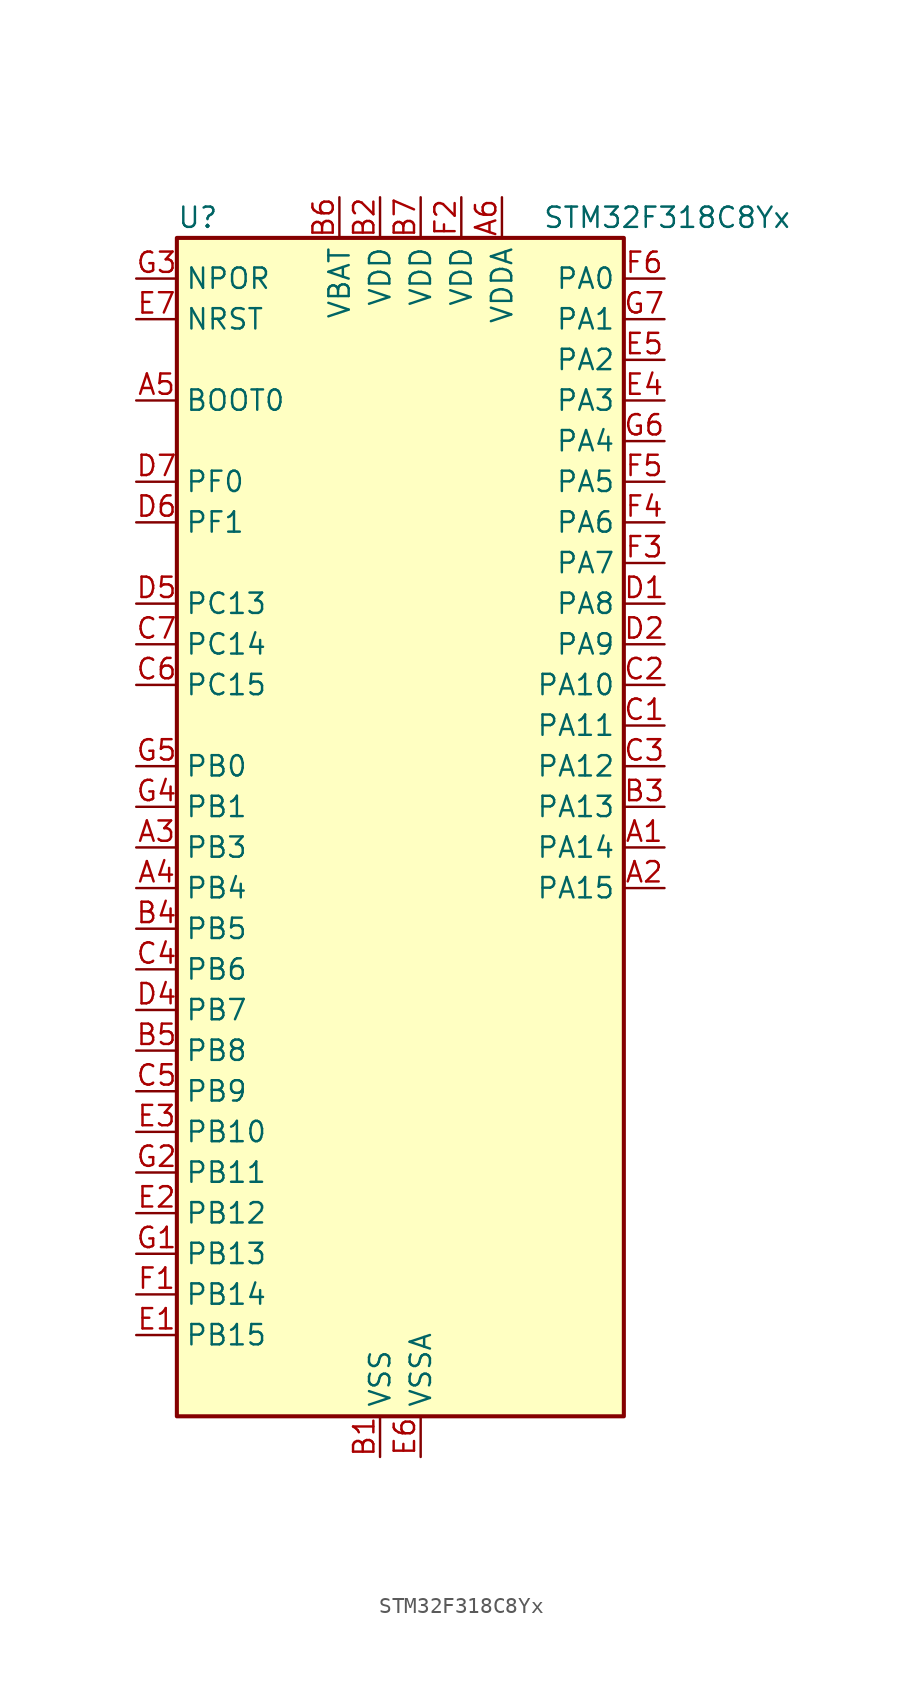
<source format=kicad_sym>
(kicad_symbol_lib
  (version 20231120)
  (generator "kicad_symbol_editor")
  (generator_version "8.0")
  (symbol "STM32F318C8Yx"
    (property "Reference" "U"
      (at -12.7 39.37 0)
      (effects (font (size 1.27 1.27)) (justify left)))
    (property "Value" "STM32F318C8Yx"
      (at 10.16 39.37 0)
      (effects (font (size 1.27 1.27)) (justify left)))
    (property "ki_locked" ""
      (at 0 0 0)
      (effects (font (size 1.27 1.27))))
    (symbol "STM32F318C8Yx_0_1"
      (rectangle (start -12.7 -35.56) (end 15.24 38.1) (stroke (width 0.254) (type default)) (fill (type background))))
    (symbol "STM32F318C8Yx_1_1"
      (pin bidirectional line (at 17.78 0 180) (length 2.54) (name "PA14" (effects (font (size 1.27 1.27)))) (number "A1" (effects (font (size 1.27 1.27)))) (alternate "I2C1_SDA" bidirectional line) (alternate "SYS_JTCK-SWCLK" bidirectional line) (alternate "TIM1_BKIN" bidirectional line) (alternate "TSC_G4_IO4" bidirectional line) (alternate "USART2_TX" bidirectional line))
      (pin bidirectional line (at 17.78 -2.54 180) (length 2.54) (name "PA15" (effects (font (size 1.27 1.27)))) (number "A2" (effects (font (size 1.27 1.27)))) (alternate "ADC1_EXTI15" bidirectional line) (alternate "I2C1_SCL" bidirectional line) (alternate "I2S3_WS" bidirectional line) (alternate "SPI3_NSS" bidirectional line) (alternate "SYS_JTDI" bidirectional line) (alternate "TIM1_BKIN" bidirectional line) (alternate "TIM2_CH1" bidirectional line) (alternate "TIM2_ETR" bidirectional line) (alternate "TSC_SYNC" bidirectional line) (alternate "USART2_RX" bidirectional line))
      (pin bidirectional line (at -15.24 0 0) (length 2.54) (name "PB3" (effects (font (size 1.27 1.27)))) (number "A3" (effects (font (size 1.27 1.27)))) (alternate "I2S3_CK" bidirectional line) (alternate "SPI3_SCK" bidirectional line) (alternate "SYS_JTDO-TRACESWO" bidirectional line) (alternate "TIM2_CH2" bidirectional line) (alternate "TSC_G5_IO1" bidirectional line) (alternate "USART2_TX" bidirectional line))
      (pin bidirectional line (at -15.24 -2.54 0) (length 2.54) (name "PB4" (effects (font (size 1.27 1.27)))) (number "A4" (effects (font (size 1.27 1.27)))) (alternate "I2S3_ext_SD" bidirectional line) (alternate "SPI3_MISO" bidirectional line) (alternate "SYS_NJTRST" bidirectional line) (alternate "TIM16_CH1" bidirectional line) (alternate "TIM17_BKIN" bidirectional line) (alternate "TSC_G5_IO2" bidirectional line) (alternate "USART2_RX" bidirectional line))
      (pin input line (at -15.24 27.94 0) (length 2.54) (name "BOOT0" (effects (font (size 1.27 1.27)))) (number "A5" (effects (font (size 1.27 1.27)))))
      (pin power_in line (at 7.62 40.64 270) (length 2.54) (name "VDDA" (effects (font (size 1.27 1.27)))) (number "A6" (effects (font (size 1.27 1.27)))))
      (pin no_connect line (at -12.7 -35.56 0) (length 2.54) hide (name "NC" (effects (font (size 1.27 1.27)))) (number "A7" (effects (font (size 1.27 1.27)))))
      (pin power_in line (at 0 -38.1 90) (length 2.54) (name "VSS" (effects (font (size 1.27 1.27)))) (number "B1" (effects (font (size 1.27 1.27)))))
      (pin power_in line (at 0 40.64 270) (length 2.54) (name "VDD" (effects (font (size 1.27 1.27)))) (number "B2" (effects (font (size 1.27 1.27)))))
      (pin bidirectional line (at 17.78 2.54 180) (length 2.54) (name "PA13" (effects (font (size 1.27 1.27)))) (number "B3" (effects (font (size 1.27 1.27)))) (alternate "IR_OUT" bidirectional line) (alternate "SYS_JTMS-SWDIO" bidirectional line) (alternate "TIM16_CH1N" bidirectional line) (alternate "TSC_G4_IO3" bidirectional line) (alternate "USART3_CTS" bidirectional line))
      (pin bidirectional line (at -15.24 -5.08 0) (length 2.54) (name "PB5" (effects (font (size 1.27 1.27)))) (number "B4" (effects (font (size 1.27 1.27)))) (alternate "I2C1_SMBA" bidirectional line) (alternate "I2C3_SDA" bidirectional line) (alternate "I2S3_SD" bidirectional line) (alternate "SPI3_MOSI" bidirectional line) (alternate "TIM16_BKIN" bidirectional line) (alternate "TIM17_CH1" bidirectional line) (alternate "USART2_CK" bidirectional line))
      (pin bidirectional line (at -15.24 -12.7 0) (length 2.54) (name "PB8" (effects (font (size 1.27 1.27)))) (number "B5" (effects (font (size 1.27 1.27)))) (alternate "I2C1_SCL" bidirectional line) (alternate "TIM16_CH1" bidirectional line) (alternate "TIM1_BKIN" bidirectional line) (alternate "TSC_SYNC" bidirectional line) (alternate "USART3_RX" bidirectional line))
      (pin power_in line (at -2.54 40.64 270) (length 2.54) (name "VBAT" (effects (font (size 1.27 1.27)))) (number "B6" (effects (font (size 1.27 1.27)))))
      (pin power_in line (at 2.54 40.64 270) (length 2.54) (name "VDD" (effects (font (size 1.27 1.27)))) (number "B7" (effects (font (size 1.27 1.27)))))
      (pin bidirectional line (at 17.78 7.62 180) (length 2.54) (name "PA11" (effects (font (size 1.27 1.27)))) (number "C1" (effects (font (size 1.27 1.27)))) (alternate "ADC1_EXTI11" bidirectional line) (alternate "I2S2_SD" bidirectional line) (alternate "SPI2_MOSI" bidirectional line) (alternate "TIM1_BKIN2" bidirectional line) (alternate "TIM1_CH1N" bidirectional line) (alternate "TIM1_CH4" bidirectional line) (alternate "USART1_CTS" bidirectional line))
      (pin bidirectional line (at 17.78 10.16 180) (length 2.54) (name "PA10" (effects (font (size 1.27 1.27)))) (number "C2" (effects (font (size 1.27 1.27)))) (alternate "COMP6_OUT" bidirectional line) (alternate "I2C2_SDA" bidirectional line) (alternate "I2S2_ext_SD" bidirectional line) (alternate "SPI2_MISO" bidirectional line) (alternate "TIM17_BKIN" bidirectional line) (alternate "TIM1_CH3" bidirectional line) (alternate "TIM2_CH4" bidirectional line) (alternate "TSC_G4_IO2" bidirectional line) (alternate "USART1_RX" bidirectional line))
      (pin bidirectional line (at 17.78 5.08 180) (length 2.54) (name "PA12" (effects (font (size 1.27 1.27)))) (number "C3" (effects (font (size 1.27 1.27)))) (alternate "COMP2_OUT" bidirectional line) (alternate "I2S_CKIN" bidirectional line) (alternate "TIM16_CH1" bidirectional line) (alternate "TIM1_CH2N" bidirectional line) (alternate "TIM1_ETR" bidirectional line) (alternate "USART1_DE" bidirectional line) (alternate "USART1_RTS" bidirectional line))
      (pin bidirectional line (at -15.24 -7.62 0) (length 2.54) (name "PB6" (effects (font (size 1.27 1.27)))) (number "C4" (effects (font (size 1.27 1.27)))) (alternate "I2C1_SCL" bidirectional line) (alternate "TIM16_CH1N" bidirectional line) (alternate "TSC_G5_IO3" bidirectional line) (alternate "USART1_TX" bidirectional line))
      (pin bidirectional line (at -15.24 -15.24 0) (length 2.54) (name "PB9" (effects (font (size 1.27 1.27)))) (number "C5" (effects (font (size 1.27 1.27)))) (alternate "COMP2_OUT" bidirectional line) (alternate "DAC_EXTI9" bidirectional line) (alternate "I2C1_SDA" bidirectional line) (alternate "IR_OUT" bidirectional line) (alternate "TIM17_CH1" bidirectional line) (alternate "USART3_TX" bidirectional line))
      (pin bidirectional line (at -15.24 10.16 0) (length 2.54) (name "PC15" (effects (font (size 1.27 1.27)))) (number "C6" (effects (font (size 1.27 1.27)))) (alternate "ADC1_EXTI15" bidirectional line) (alternate "RCC_OSC32_OUT" bidirectional line))
      (pin bidirectional line (at -15.24 12.7 0) (length 2.54) (name "PC14" (effects (font (size 1.27 1.27)))) (number "C7" (effects (font (size 1.27 1.27)))) (alternate "RCC_OSC32_IN" bidirectional line))
      (pin bidirectional line (at 17.78 15.24 180) (length 2.54) (name "PA8" (effects (font (size 1.27 1.27)))) (number "D1" (effects (font (size 1.27 1.27)))) (alternate "I2C2_SMBA" bidirectional line) (alternate "I2C3_SCL" bidirectional line) (alternate "I2S2_MCK" bidirectional line) (alternate "RCC_MCO" bidirectional line) (alternate "TIM1_CH1" bidirectional line) (alternate "USART1_CK" bidirectional line))
      (pin bidirectional line (at 17.78 12.7 180) (length 2.54) (name "PA9" (effects (font (size 1.27 1.27)))) (number "D2" (effects (font (size 1.27 1.27)))) (alternate "DAC_EXTI9" bidirectional line) (alternate "I2C2_SCL" bidirectional line) (alternate "I2C3_SMBA" bidirectional line) (alternate "I2S3_MCK" bidirectional line) (alternate "TIM15_BKIN" bidirectional line) (alternate "TIM1_CH2" bidirectional line) (alternate "TIM2_CH3" bidirectional line) (alternate "TSC_G4_IO1" bidirectional line) (alternate "USART1_TX" bidirectional line))
      (pin passive line (at 0 -38.1 90) (length 2.54) hide (name "VSS" (effects (font (size 1.27 1.27)))) (number "D3" (effects (font (size 1.27 1.27)))))
      (pin bidirectional line (at -15.24 -10.16 0) (length 2.54) (name "PB7" (effects (font (size 1.27 1.27)))) (number "D4" (effects (font (size 1.27 1.27)))) (alternate "I2C1_SDA" bidirectional line) (alternate "TIM17_CH1N" bidirectional line) (alternate "TSC_G5_IO4" bidirectional line) (alternate "USART1_RX" bidirectional line))
      (pin bidirectional line (at -15.24 15.24 0) (length 2.54) (name "PC13" (effects (font (size 1.27 1.27)))) (number "D5" (effects (font (size 1.27 1.27)))) (alternate "RTC_OUT_ALARM" bidirectional line) (alternate "RTC_OUT_CALIB" bidirectional line) (alternate "RTC_TAMP1" bidirectional line) (alternate "RTC_TS" bidirectional line) (alternate "SYS_WKUP2" bidirectional line) (alternate "TIM1_CH1N" bidirectional line))
      (pin bidirectional line (at -15.24 20.32 0) (length 2.54) (name "PF1" (effects (font (size 1.27 1.27)))) (number "D6" (effects (font (size 1.27 1.27)))) (alternate "I2C2_SCL" bidirectional line) (alternate "I2S2_CK" bidirectional line) (alternate "RCC_OSC_OUT" bidirectional line) (alternate "SPI2_SCK" bidirectional line))
      (pin bidirectional line (at -15.24 22.86 0) (length 2.54) (name "PF0" (effects (font (size 1.27 1.27)))) (number "D7" (effects (font (size 1.27 1.27)))) (alternate "I2C2_SDA" bidirectional line) (alternate "I2S2_WS" bidirectional line) (alternate "RCC_OSC_IN" bidirectional line) (alternate "SPI2_NSS" bidirectional line) (alternate "TIM1_CH3N" bidirectional line))
      (pin bidirectional line (at -15.24 -30.48 0) (length 2.54) (name "PB15" (effects (font (size 1.27 1.27)))) (number "E1" (effects (font (size 1.27 1.27)))) (alternate "ADC1_EXTI15" bidirectional line) (alternate "COMP6_INM" bidirectional line) (alternate "I2S2_SD" bidirectional line) (alternate "RTC_REFIN" bidirectional line) (alternate "SPI2_MOSI" bidirectional line) (alternate "TIM15_CH1N" bidirectional line) (alternate "TIM15_CH2" bidirectional line) (alternate "TIM1_CH3N" bidirectional line))
      (pin bidirectional line (at -15.24 -22.86 0) (length 2.54) (name "PB12" (effects (font (size 1.27 1.27)))) (number "E2" (effects (font (size 1.27 1.27)))) (alternate "I2C2_SMBA" bidirectional line) (alternate "I2S2_WS" bidirectional line) (alternate "SPI2_NSS" bidirectional line) (alternate "TIM1_BKIN" bidirectional line) (alternate "TSC_G6_IO2" bidirectional line) (alternate "USART3_CK" bidirectional line))
      (pin bidirectional line (at -15.24 -17.78 0) (length 2.54) (name "PB10" (effects (font (size 1.27 1.27)))) (number "E3" (effects (font (size 1.27 1.27)))) (alternate "TIM2_CH3" bidirectional line) (alternate "TSC_SYNC" bidirectional line) (alternate "USART3_TX" bidirectional line))
      (pin bidirectional line (at 17.78 27.94 180) (length 2.54) (name "PA3" (effects (font (size 1.27 1.27)))) (number "E4" (effects (font (size 1.27 1.27)))) (alternate "ADC1_IN4" bidirectional line) (alternate "TIM15_CH2" bidirectional line) (alternate "TIM2_CH4" bidirectional line) (alternate "TSC_G1_IO4" bidirectional line) (alternate "USART2_RX" bidirectional line))
      (pin bidirectional line (at 17.78 30.48 180) (length 2.54) (name "PA2" (effects (font (size 1.27 1.27)))) (number "E5" (effects (font (size 1.27 1.27)))) (alternate "ADC1_IN3" bidirectional line) (alternate "COMP2_INM" bidirectional line) (alternate "COMP2_OUT" bidirectional line) (alternate "TIM15_CH1" bidirectional line) (alternate "TIM2_CH3" bidirectional line) (alternate "TSC_G1_IO3" bidirectional line) (alternate "USART2_TX" bidirectional line))
      (pin power_in line (at 2.54 -38.1 90) (length 2.54) (name "VSSA" (effects (font (size 1.27 1.27)))) (number "E6" (effects (font (size 1.27 1.27)))))
      (pin input line (at -15.24 33.02 0) (length 2.54) (name "NRST" (effects (font (size 1.27 1.27)))) (number "E7" (effects (font (size 1.27 1.27)))))
      (pin bidirectional line (at -15.24 -27.94 0) (length 2.54) (name "PB14" (effects (font (size 1.27 1.27)))) (number "F1" (effects (font (size 1.27 1.27)))) (alternate "I2S2_ext_SD" bidirectional line) (alternate "OPAMP2_VINP" bidirectional line) (alternate "OPAMP2_VINP_SEC" bidirectional line) (alternate "SPI2_MISO" bidirectional line) (alternate "TIM15_CH1" bidirectional line) (alternate "TIM1_CH2N" bidirectional line) (alternate "TSC_G6_IO4" bidirectional line) (alternate "USART3_DE" bidirectional line) (alternate "USART3_RTS" bidirectional line))
      (pin power_in line (at 5.08 40.64 270) (length 2.54) (name "VDD" (effects (font (size 1.27 1.27)))) (number "F2" (effects (font (size 1.27 1.27)))))
      (pin bidirectional line (at 17.78 17.78 180) (length 2.54) (name "PA7" (effects (font (size 1.27 1.27)))) (number "F3" (effects (font (size 1.27 1.27)))) (alternate "ADC1_IN15" bidirectional line) (alternate "COMP2_INP" bidirectional line) (alternate "OPAMP2_VINP" bidirectional line) (alternate "OPAMP2_VINP_SEC" bidirectional line) (alternate "TIM17_CH1" bidirectional line) (alternate "TIM1_CH1N" bidirectional line) (alternate "TSC_G2_IO4" bidirectional line))
      (pin bidirectional line (at 17.78 20.32 180) (length 2.54) (name "PA6" (effects (font (size 1.27 1.27)))) (number "F4" (effects (font (size 1.27 1.27)))) (alternate "ADC1_IN10" bidirectional line) (alternate "OPAMP2_VOUT" bidirectional line) (alternate "TIM16_CH1" bidirectional line) (alternate "TIM1_BKIN" bidirectional line) (alternate "TSC_G2_IO3" bidirectional line))
      (pin bidirectional line (at 17.78 22.86 180) (length 2.54) (name "PA5" (effects (font (size 1.27 1.27)))) (number "F5" (effects (font (size 1.27 1.27)))) (alternate "OPAMP2_VINM" bidirectional line) (alternate "OPAMP2_VINM_SEC" bidirectional line) (alternate "TIM2_CH1" bidirectional line) (alternate "TIM2_ETR" bidirectional line) (alternate "TSC_G2_IO2" bidirectional line))
      (pin bidirectional line (at 17.78 35.56 180) (length 2.54) (name "PA0" (effects (font (size 1.27 1.27)))) (number "F6" (effects (font (size 1.27 1.27)))) (alternate "ADC1_IN1" bidirectional line) (alternate "RTC_TAMP2" bidirectional line) (alternate "SYS_WKUP1" bidirectional line) (alternate "TIM2_CH1" bidirectional line) (alternate "TIM2_ETR" bidirectional line) (alternate "TSC_G1_IO1" bidirectional line) (alternate "USART2_CTS" bidirectional line))
      (pin passive line (at 0 -38.1 90) (length 2.54) hide (name "VSS" (effects (font (size 1.27 1.27)))) (number "F7" (effects (font (size 1.27 1.27)))))
      (pin bidirectional line (at -15.24 -25.4 0) (length 2.54) (name "PB13" (effects (font (size 1.27 1.27)))) (number "G1" (effects (font (size 1.27 1.27)))) (alternate "ADC1_IN13" bidirectional line) (alternate "I2S2_CK" bidirectional line) (alternate "SPI2_SCK" bidirectional line) (alternate "TIM1_CH1N" bidirectional line) (alternate "TSC_G6_IO3" bidirectional line) (alternate "USART3_CTS" bidirectional line))
      (pin bidirectional line (at -15.24 -20.32 0) (length 2.54) (name "PB11" (effects (font (size 1.27 1.27)))) (number "G2" (effects (font (size 1.27 1.27)))) (alternate "ADC1_EXTI11" bidirectional line) (alternate "ADC1_IN14" bidirectional line) (alternate "COMP6_INP" bidirectional line) (alternate "TIM2_CH4" bidirectional line) (alternate "TSC_G6_IO1" bidirectional line) (alternate "USART3_RX" bidirectional line))
      (pin input line (at -15.24 35.56 0) (length 2.54) (name "NPOR" (effects (font (size 1.27 1.27)))) (number "G3" (effects (font (size 1.27 1.27)))))
      (pin bidirectional line (at -15.24 2.54 0) (length 2.54) (name "PB1" (effects (font (size 1.27 1.27)))) (number "G4" (effects (font (size 1.27 1.27)))) (alternate "ADC1_IN12" bidirectional line) (alternate "COMP4_OUT" bidirectional line) (alternate "TIM1_CH3N" bidirectional line) (alternate "TSC_G3_IO3" bidirectional line))
      (pin bidirectional line (at -15.24 5.08 0) (length 2.54) (name "PB0" (effects (font (size 1.27 1.27)))) (number "G5" (effects (font (size 1.27 1.27)))) (alternate "ADC1_IN11" bidirectional line) (alternate "COMP4_INP" bidirectional line) (alternate "OPAMP2_VINP" bidirectional line) (alternate "OPAMP2_VINP_SEC" bidirectional line) (alternate "TIM1_CH2N" bidirectional line) (alternate "TSC_G3_IO2" bidirectional line))
      (pin bidirectional line (at 17.78 25.4 180) (length 2.54) (name "PA4" (effects (font (size 1.27 1.27)))) (number "G6" (effects (font (size 1.27 1.27)))) (alternate "ADC1_IN5" bidirectional line) (alternate "COMP2_INM" bidirectional line) (alternate "COMP4_INM" bidirectional line) (alternate "COMP6_INM" bidirectional line) (alternate "DAC_OUT1" bidirectional line) (alternate "I2S3_WS" bidirectional line) (alternate "SPI3_NSS" bidirectional line) (alternate "TSC_G2_IO1" bidirectional line) (alternate "USART2_CK" bidirectional line))
      (pin bidirectional line (at 17.78 33.02 180) (length 2.54) (name "PA1" (effects (font (size 1.27 1.27)))) (number "G7" (effects (font (size 1.27 1.27)))) (alternate "ADC1_IN2" bidirectional line) (alternate "RTC_REFIN" bidirectional line) (alternate "TIM15_CH1N" bidirectional line) (alternate "TIM2_CH2" bidirectional line) (alternate "TSC_G1_IO2" bidirectional line) (alternate "USART2_DE" bidirectional line) (alternate "USART2_RTS" bidirectional line)))))
</source>
